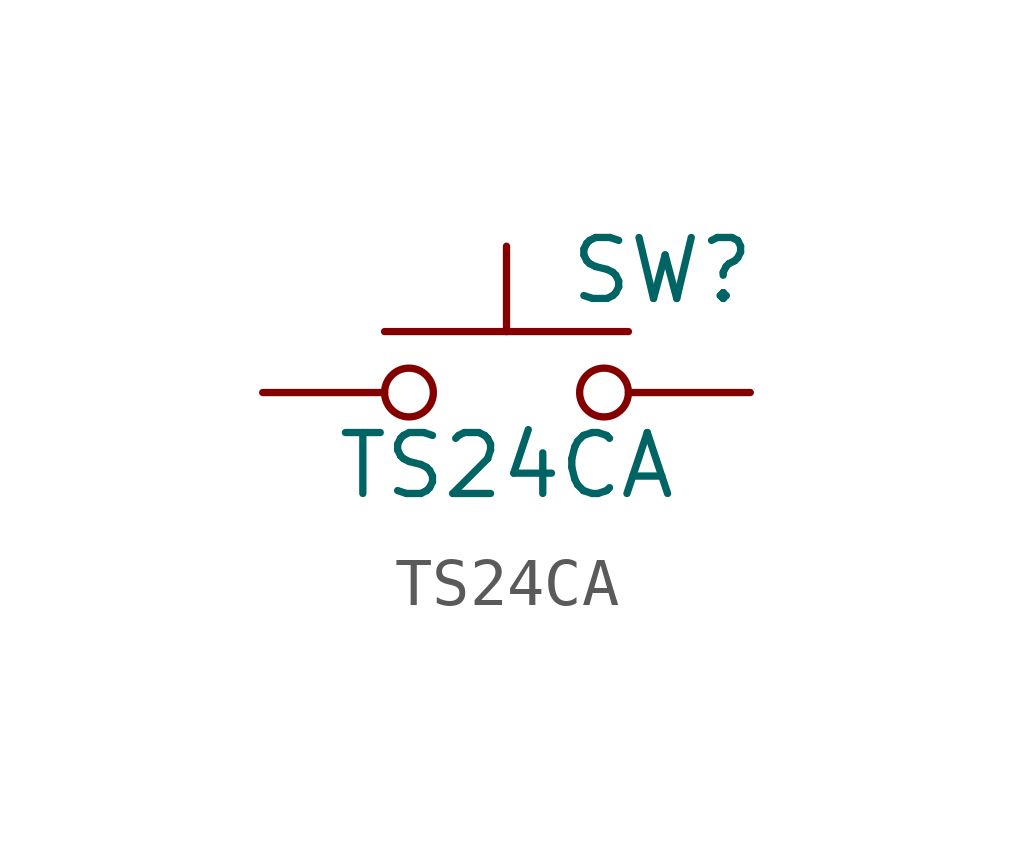
<source format=kicad_sym>
(kicad_symbol_lib
  (version 20211014)
  (generator None)
  (symbol "TS24CA"
    (pin_numbers hide)
    (pin_names
      (offset 1.016) hide)
    (property "Reference" "SW"
      (at 1.27 2.54 0)
      (effects (font (size 1.27 1.27)) (justify left)))
    (property "Value" "TS24CA"
      (at 0 -1.524 0)
      (effects (font (size 1.27 1.27))))
    (symbol "TS24CA_0_1"
      (circle (center -2.032 0) (radius 0.508) (stroke (width 0) (type default)) (fill (type none)))
      (polyline (pts (xy 0 1.27) (xy 0 3.048)) (stroke (width 0) (type default)) (fill (type none)))
      (polyline (pts (xy 2.54 1.27) (xy -2.54 1.27)) (stroke (width 0) (type default)) (fill (type none)))
      (circle (center 2.032 0) (radius 0.508) (stroke (width 0) (type default)) (fill (type none)))
      (pin passive line (at -5.08 0 0) (length 2.54) (name "1" (effects (font (size 1.27 1.27)))) (number "1" (effects (font (size 1.27 1.27)))))
      (pin passive line (at 5.08 0 180) (length 2.54) (name "2" (effects (font (size 1.27 1.27)))) (number "2" (effects (font (size 1.27 1.27))))))))
</source>
